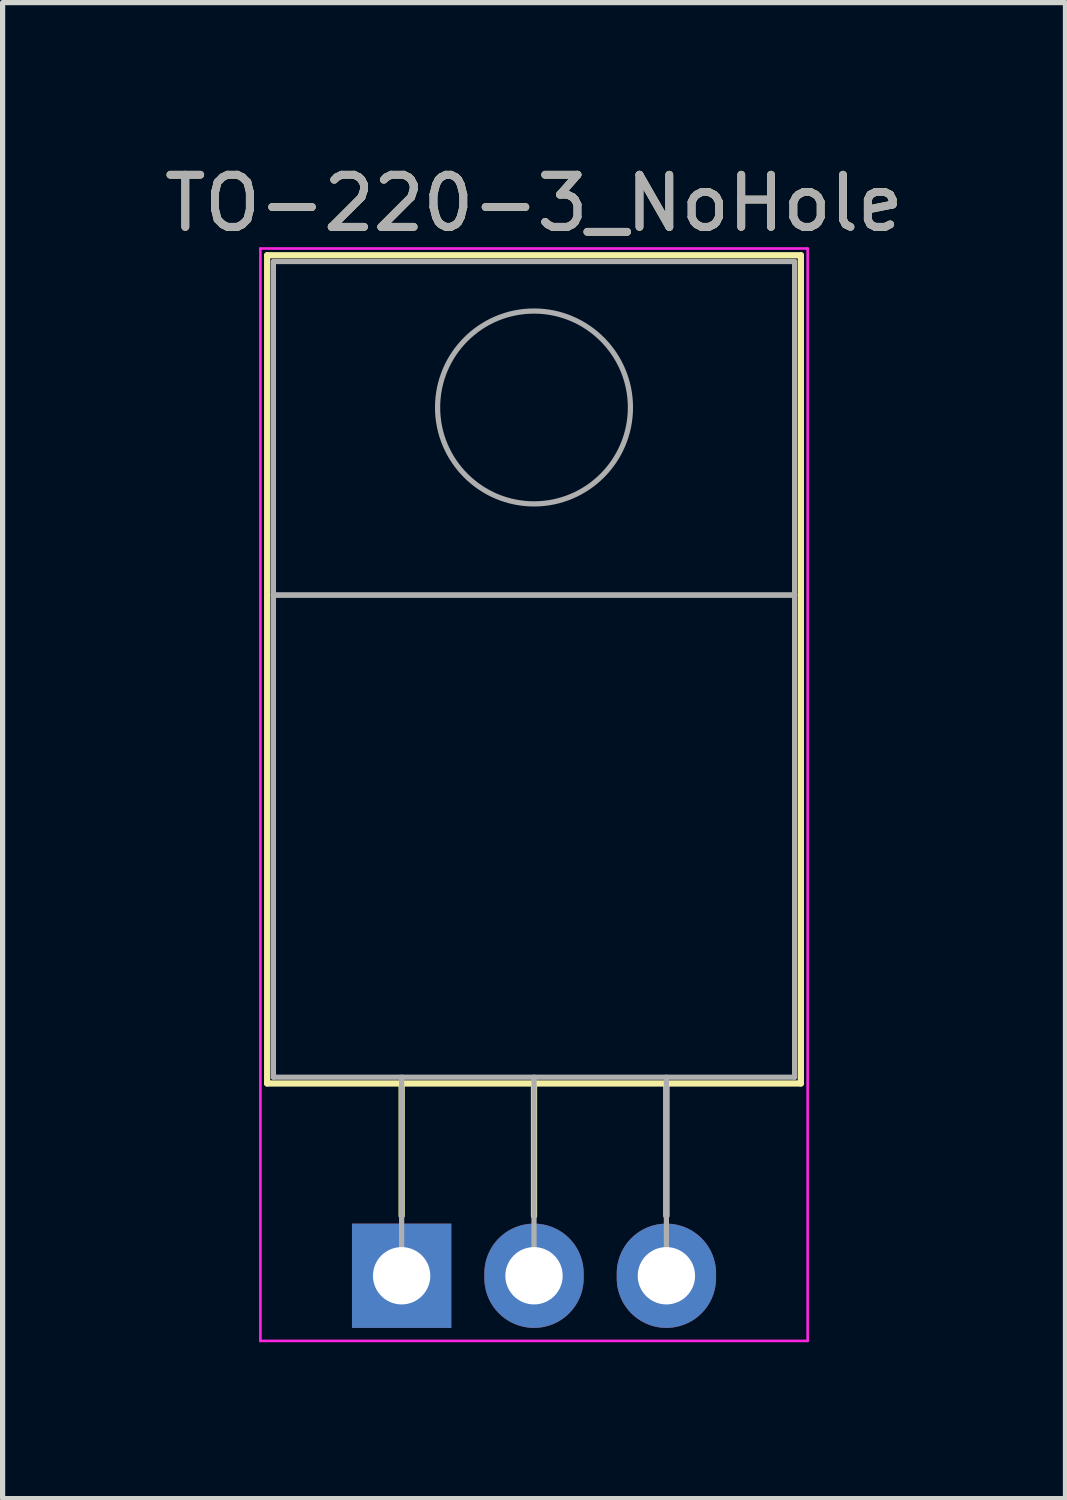
<source format=kicad_pcb>
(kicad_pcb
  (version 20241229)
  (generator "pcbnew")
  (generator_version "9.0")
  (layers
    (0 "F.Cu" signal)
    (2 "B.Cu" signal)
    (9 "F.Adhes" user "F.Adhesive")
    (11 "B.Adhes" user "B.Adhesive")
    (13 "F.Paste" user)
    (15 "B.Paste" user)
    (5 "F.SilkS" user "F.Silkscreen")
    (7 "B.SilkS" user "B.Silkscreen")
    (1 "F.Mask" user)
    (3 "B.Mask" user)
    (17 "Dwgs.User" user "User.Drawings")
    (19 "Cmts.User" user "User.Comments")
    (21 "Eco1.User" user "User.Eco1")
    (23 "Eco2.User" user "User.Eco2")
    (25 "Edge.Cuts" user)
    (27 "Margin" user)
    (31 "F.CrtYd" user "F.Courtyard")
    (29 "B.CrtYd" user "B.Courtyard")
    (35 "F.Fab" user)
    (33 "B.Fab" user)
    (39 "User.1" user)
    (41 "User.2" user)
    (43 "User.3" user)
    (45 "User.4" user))
  (footprint "TO-220-3_NoHole"
    (layer "F.Cu")
    (at 4.656 21.428)
    (property "Reference" "TO-220-3_NoHole" (at 2.54 -20.58 0) (layer "F.SilkS") (effects (font (size 1 1) (thickness 0.15))))
    (attr through_hole)
    (fp_line (start -2.58 -19.58) (end -2.58 -3.69) (stroke (width 0.12) (type solid)) (layer "F.SilkS"))
    (fp_line (start -2.58 -19.58) (end 7.66 -19.58) (stroke (width 0.12) (type solid)) (layer "F.SilkS"))
    (fp_line (start -2.58 -3.69) (end 7.66 -3.69) (stroke (width 0.12) (type solid)) (layer "F.SilkS"))
    (fp_line (start 0 -3.69) (end 0 -1.15) (stroke (width 0.12) (type solid)) (layer "F.SilkS"))
    (fp_line (start 2.54 -3.69) (end 2.54 -1.15) (stroke (width 0.12) (type solid)) (layer "F.SilkS"))
    (fp_line (start 5.08 -3.69) (end 5.08 -1.15) (stroke (width 0.12) (type solid)) (layer "F.SilkS"))
    (fp_line (start 7.66 -19.58) (end 7.66 -3.69) (stroke (width 0.12) (type solid)) (layer "F.SilkS"))
    (fp_line (start -2.71 -19.71) (end -2.71 1.25) (stroke (width 0.05) (type solid)) (layer "F.CrtYd"))
    (fp_line (start -2.71 1.25) (end 7.79 1.25) (stroke (width 0.05) (type solid)) (layer "F.CrtYd"))
    (fp_line (start 7.79 -19.71) (end -2.71 -19.71) (stroke (width 0.05) (type solid)) (layer "F.CrtYd"))
    (fp_line (start 7.79 1.25) (end 7.79 -19.71) (stroke (width 0.05) (type solid)) (layer "F.CrtYd"))
    (fp_line (start -2.46 -19.46) (end 7.54 -19.46) (stroke (width 0.1) (type solid)) (layer "F.Fab"))
    (fp_line (start -2.46 -13.06) (end -2.46 -19.46) (stroke (width 0.1) (type solid)) (layer "F.Fab"))
    (fp_line (start -2.46 -13.06) (end 7.54 -13.06) (stroke (width 0.1) (type solid)) (layer "F.Fab"))
    (fp_line (start -2.46 -3.81) (end -2.46 -13.06) (stroke (width 0.1) (type solid)) (layer "F.Fab"))
    (fp_line (start 0 -3.81) (end 0 0) (stroke (width 0.1) (type solid)) (layer "F.Fab"))
    (fp_line (start 2.54 -3.81) (end 2.54 0) (stroke (width 0.1) (type solid)) (layer "F.Fab"))
    (fp_line (start 5.08 -3.81) (end 5.08 0) (stroke (width 0.1) (type solid)) (layer "F.Fab"))
    (fp_line (start 7.54 -19.46) (end 7.54 -13.06) (stroke (width 0.1) (type solid)) (layer "F.Fab"))
    (fp_line (start 7.54 -13.06) (end -2.46 -13.06) (stroke (width 0.1) (type solid)) (layer "F.Fab"))
    (fp_line (start 7.54 -13.06) (end 7.54 -3.81) (stroke (width 0.1) (type solid)) (layer "F.Fab"))
    (fp_line (start 7.54 -3.81) (end -2.46 -3.81) (stroke (width 0.1) (type solid)) (layer "F.Fab"))
    (fp_circle (center 2.54 -16.66) (end 4.39 -16.66) (stroke (width 0.1) (type solid)) (fill no) (layer "F.Fab"))
    (fp_text user "${REFERENCE}" (at 2.54 -20.58 0) (layer "F.Fab") (effects (font (size 1 1) (thickness 0.15))))
    (pad "1" thru_hole rect (at 0 0) (size 1.905 2) (drill 1.1) (layers "*.Cu" "*.Mask"))
    (pad "2" thru_hole oval (at 2.54 0) (size 1.905 2) (drill 1.1) (layers "*.Cu" "*.Mask"))
    (pad "3" thru_hole oval (at 5.08 0) (size 1.905 2) (drill 1.1) (layers "*.Cu" "*.Mask")))
  (gr_rect
    (start -3 -3)
    (end 17.393 25.703)
    (stroke (width 0.1) (type default))
    (fill no)
    (layer "Edge.Cuts")))
</source>
